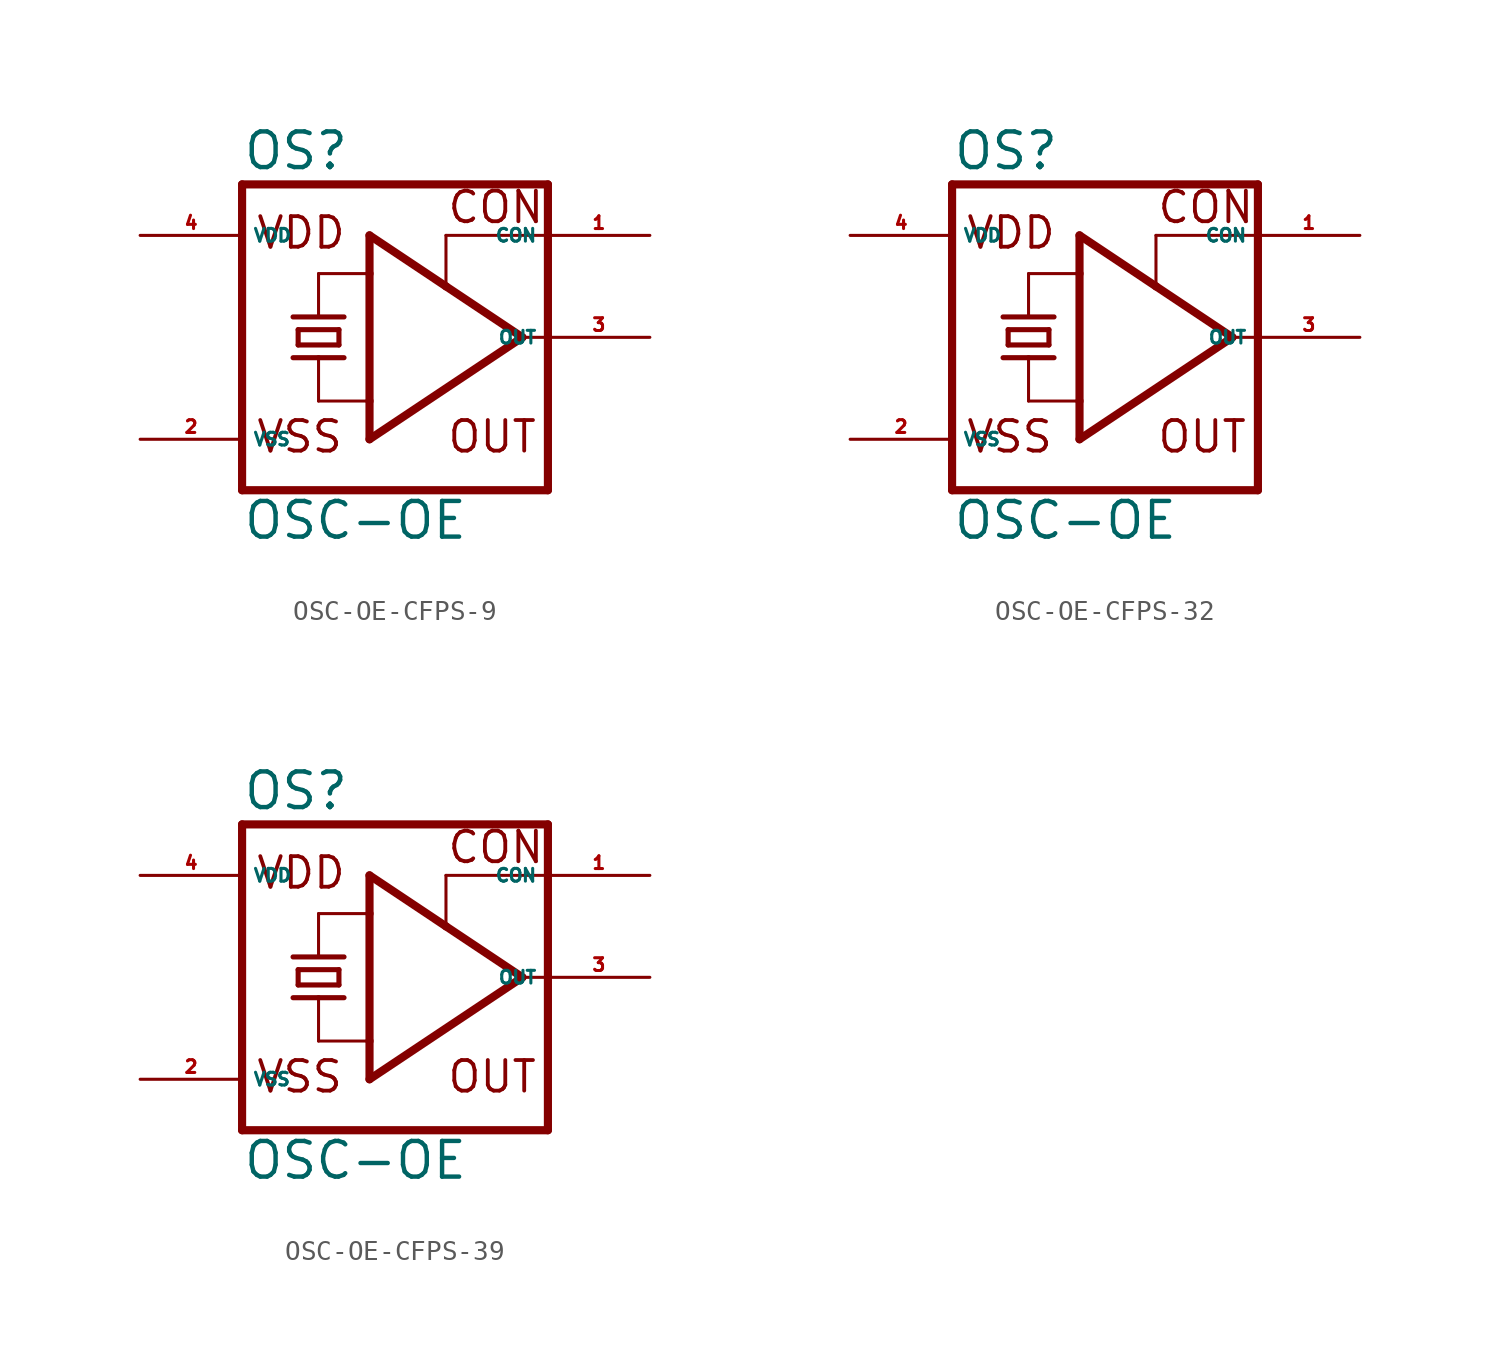
<source format=kicad_sym>
(kicad_symbol_lib
  (version 20220914)
  (generator Eagle2Kicad)
  (symbol "OSC-OE-CFPS-9"
    (property "Reference" "OS"
      (at -7.62 8.255 0)
      (effects (font (size 1.778 1.778) (thickness 0.22)) (justify left bottom)))
    (property "Value" "OSC-OE"
      (at -7.62 -10.16 0)
      (effects (font (size 1.778 1.778) (thickness 0.22)) (justify left bottom)))
    (polyline
      (pts (xy -7.62 7.62) (xy -7.62 -7.62))
      (stroke (width 0.406) (type default))
      (fill (type none)))
    (polyline
      (pts (xy 7.62 -7.62) (xy -7.62 -7.62))
      (stroke (width 0.406) (type default))
      (fill (type none)))
    (polyline
      (pts (xy 7.62 -7.62) (xy 7.62 0))
      (stroke (width 0.406) (type default))
      (fill (type none)))
    (polyline
      (pts (xy 7.62 0) (xy 7.62 5.08))
      (stroke (width 0.406) (type default))
      (fill (type none)))
    (polyline
      (pts (xy 7.62 5.08) (xy 7.62 7.62))
      (stroke (width 0.406) (type default))
      (fill (type none)))
    (polyline
      (pts (xy -7.62 7.62) (xy 7.62 7.62))
      (stroke (width 0.406) (type default))
      (fill (type none)))
    (polyline
      (pts (xy -1.27 5.08) (xy 2.54 2.54))
      (stroke (width 0.406) (type default))
      (fill (type none)))
    (polyline
      (pts (xy 2.54 2.54) (xy 6.35 0))
      (stroke (width 0.406) (type default))
      (fill (type none)))
    (polyline
      (pts (xy 6.35 0) (xy -1.27 -5.08))
      (stroke (width 0.406) (type default))
      (fill (type none)))
    (polyline
      (pts (xy -1.27 -5.08) (xy -1.27 -3.175))
      (stroke (width 0.406) (type default))
      (fill (type none)))
    (polyline
      (pts (xy -1.27 -3.175) (xy -1.27 3.175))
      (stroke (width 0.406) (type default))
      (fill (type none)))
    (polyline
      (pts (xy -1.27 3.175) (xy -1.27 5.08))
      (stroke (width 0.406) (type default))
      (fill (type none)))
    (polyline
      (pts (xy -3.81 3.175) (xy -1.27 3.175))
      (stroke (width 0.152) (type default))
      (fill (type none)))
    (polyline
      (pts (xy -3.81 -3.175) (xy -1.27 -3.175))
      (stroke (width 0.152) (type default))
      (fill (type none)))
    (polyline
      (pts (xy 6.35 0) (xy 7.62 0))
      (stroke (width 0.152) (type default))
      (fill (type none)))
    (polyline
      (pts (xy 7.62 5.08) (xy 2.54 5.08))
      (stroke (width 0.152) (type default))
      (fill (type none)))
    (polyline
      (pts (xy 2.54 5.08) (xy 2.54 2.54))
      (stroke (width 0.152) (type default))
      (fill (type none)))
    (polyline
      (pts (xy -4.826 -0.381) (xy -4.826 0.381))
      (stroke (width 0.254) (type default))
      (fill (type none)))
    (polyline
      (pts (xy -4.826 0.381) (xy -2.794 0.381))
      (stroke (width 0.254) (type default))
      (fill (type none)))
    (polyline
      (pts (xy -2.794 0.381) (xy -2.794 -0.381))
      (stroke (width 0.254) (type default))
      (fill (type none)))
    (polyline
      (pts (xy -4.826 -0.381) (xy -2.794 -0.381))
      (stroke (width 0.254) (type default))
      (fill (type none)))
    (polyline
      (pts (xy -5.08 -1.016) (xy -3.81 -1.016))
      (stroke (width 0.254) (type default))
      (fill (type none)))
    (polyline
      (pts (xy -3.81 -1.016) (xy -2.54 -1.016))
      (stroke (width 0.254) (type default))
      (fill (type none)))
    (polyline
      (pts (xy -3.81 1.016) (xy -3.81 3.175))
      (stroke (width 0.152) (type default))
      (fill (type none)))
    (polyline
      (pts (xy -3.81 -3.175) (xy -3.81 -1.016))
      (stroke (width 0.152) (type default))
      (fill (type none)))
    (polyline
      (pts (xy -5.08 1.016) (xy -2.54 1.016))
      (stroke (width 0.254) (type default))
      (fill (type none)))
    (text "VDD"
      (at -6.985 4.318 0)
      (effects (font (size 1.524 1.524) (thickness 0.19)) (justify left bottom)))
    (text "VSS"
      (at -6.985 -5.842 0)
      (effects (font (size 1.524 1.524) (thickness 0.19)) (justify left bottom)))
    (text "OUT"
      (at 2.54 -5.842 0)
      (effects (font (size 1.524 1.524) (thickness 0.19)) (justify left bottom)))
    (text "CON"
      (at 2.54 5.588 0)
      (effects (font (size 1.524 1.524) (thickness 0.19)) (justify left bottom)))
    (pin unspecified line
      (at -12.7 -5.08 0)
      (length 5.08)
      (name "VSS" (effects (font (size 0.635 0.635) (thickness 0.08)) (justify left bottom)))
      (number "2" (effects (font (size 0.635 0.635) (thickness 0.08)) (justify left bottom))))
    (pin unspecified line
      (at -12.7 5.08 0)
      (length 5.08)
      (name "VDD" (effects (font (size 0.635 0.635) (thickness 0.08)) (justify left bottom)))
      (number "4" (effects (font (size 0.635 0.635) (thickness 0.08)) (justify left bottom))))
    (pin output line
      (at 12.7 0 180)
      (length 5.08)
      (name "OUT" (effects (font (size 0.635 0.635) (thickness 0.08)) (justify left bottom)))
      (number "3" (effects (font (size 0.635 0.635) (thickness 0.08)) (justify left bottom))))
    (pin input line
      (at 12.7 5.08 180)
      (length 5.08)
      (name "CON" (effects (font (size 0.635 0.635) (thickness 0.08)) (justify left bottom)))
      (number "1" (effects (font (size 0.635 0.635) (thickness 0.08)) (justify left bottom)))))
  (symbol "OSC-OE-CFPS-32"
    (property "Reference" "OS"
      (at -7.62 8.255 0)
      (effects (font (size 1.778 1.778) (thickness 0.22)) (justify left bottom)))
    (property "Value" "OSC-OE"
      (at -7.62 -10.16 0)
      (effects (font (size 1.778 1.778) (thickness 0.22)) (justify left bottom)))
    (polyline
      (pts (xy -7.62 7.62) (xy -7.62 -7.62))
      (stroke (width 0.406) (type default))
      (fill (type none)))
    (polyline
      (pts (xy 7.62 -7.62) (xy -7.62 -7.62))
      (stroke (width 0.406) (type default))
      (fill (type none)))
    (polyline
      (pts (xy 7.62 -7.62) (xy 7.62 0))
      (stroke (width 0.406) (type default))
      (fill (type none)))
    (polyline
      (pts (xy 7.62 0) (xy 7.62 5.08))
      (stroke (width 0.406) (type default))
      (fill (type none)))
    (polyline
      (pts (xy 7.62 5.08) (xy 7.62 7.62))
      (stroke (width 0.406) (type default))
      (fill (type none)))
    (polyline
      (pts (xy -7.62 7.62) (xy 7.62 7.62))
      (stroke (width 0.406) (type default))
      (fill (type none)))
    (polyline
      (pts (xy -1.27 5.08) (xy 2.54 2.54))
      (stroke (width 0.406) (type default))
      (fill (type none)))
    (polyline
      (pts (xy 2.54 2.54) (xy 6.35 0))
      (stroke (width 0.406) (type default))
      (fill (type none)))
    (polyline
      (pts (xy 6.35 0) (xy -1.27 -5.08))
      (stroke (width 0.406) (type default))
      (fill (type none)))
    (polyline
      (pts (xy -1.27 -5.08) (xy -1.27 -3.175))
      (stroke (width 0.406) (type default))
      (fill (type none)))
    (polyline
      (pts (xy -1.27 -3.175) (xy -1.27 3.175))
      (stroke (width 0.406) (type default))
      (fill (type none)))
    (polyline
      (pts (xy -1.27 3.175) (xy -1.27 5.08))
      (stroke (width 0.406) (type default))
      (fill (type none)))
    (polyline
      (pts (xy -3.81 3.175) (xy -1.27 3.175))
      (stroke (width 0.152) (type default))
      (fill (type none)))
    (polyline
      (pts (xy -3.81 -3.175) (xy -1.27 -3.175))
      (stroke (width 0.152) (type default))
      (fill (type none)))
    (polyline
      (pts (xy 6.35 0) (xy 7.62 0))
      (stroke (width 0.152) (type default))
      (fill (type none)))
    (polyline
      (pts (xy 7.62 5.08) (xy 2.54 5.08))
      (stroke (width 0.152) (type default))
      (fill (type none)))
    (polyline
      (pts (xy 2.54 5.08) (xy 2.54 2.54))
      (stroke (width 0.152) (type default))
      (fill (type none)))
    (polyline
      (pts (xy -4.826 -0.381) (xy -4.826 0.381))
      (stroke (width 0.254) (type default))
      (fill (type none)))
    (polyline
      (pts (xy -4.826 0.381) (xy -2.794 0.381))
      (stroke (width 0.254) (type default))
      (fill (type none)))
    (polyline
      (pts (xy -2.794 0.381) (xy -2.794 -0.381))
      (stroke (width 0.254) (type default))
      (fill (type none)))
    (polyline
      (pts (xy -4.826 -0.381) (xy -2.794 -0.381))
      (stroke (width 0.254) (type default))
      (fill (type none)))
    (polyline
      (pts (xy -5.08 -1.016) (xy -3.81 -1.016))
      (stroke (width 0.254) (type default))
      (fill (type none)))
    (polyline
      (pts (xy -3.81 -1.016) (xy -2.54 -1.016))
      (stroke (width 0.254) (type default))
      (fill (type none)))
    (polyline
      (pts (xy -3.81 1.016) (xy -3.81 3.175))
      (stroke (width 0.152) (type default))
      (fill (type none)))
    (polyline
      (pts (xy -3.81 -3.175) (xy -3.81 -1.016))
      (stroke (width 0.152) (type default))
      (fill (type none)))
    (polyline
      (pts (xy -5.08 1.016) (xy -2.54 1.016))
      (stroke (width 0.254) (type default))
      (fill (type none)))
    (text "VDD"
      (at -6.985 4.318 0)
      (effects (font (size 1.524 1.524) (thickness 0.19)) (justify left bottom)))
    (text "VSS"
      (at -6.985 -5.842 0)
      (effects (font (size 1.524 1.524) (thickness 0.19)) (justify left bottom)))
    (text "OUT"
      (at 2.54 -5.842 0)
      (effects (font (size 1.524 1.524) (thickness 0.19)) (justify left bottom)))
    (text "CON"
      (at 2.54 5.588 0)
      (effects (font (size 1.524 1.524) (thickness 0.19)) (justify left bottom)))
    (pin unspecified line
      (at -12.7 -5.08 0)
      (length 5.08)
      (name "VSS" (effects (font (size 0.635 0.635) (thickness 0.08)) (justify left bottom)))
      (number "2" (effects (font (size 0.635 0.635) (thickness 0.08)) (justify left bottom))))
    (pin unspecified line
      (at -12.7 5.08 0)
      (length 5.08)
      (name "VDD" (effects (font (size 0.635 0.635) (thickness 0.08)) (justify left bottom)))
      (number "4" (effects (font (size 0.635 0.635) (thickness 0.08)) (justify left bottom))))
    (pin output line
      (at 12.7 0 180)
      (length 5.08)
      (name "OUT" (effects (font (size 0.635 0.635) (thickness 0.08)) (justify left bottom)))
      (number "3" (effects (font (size 0.635 0.635) (thickness 0.08)) (justify left bottom))))
    (pin input line
      (at 12.7 5.08 180)
      (length 5.08)
      (name "CON" (effects (font (size 0.635 0.635) (thickness 0.08)) (justify left bottom)))
      (number "1" (effects (font (size 0.635 0.635) (thickness 0.08)) (justify left bottom)))))
  (symbol "OSC-OE-CFPS-39"
    (property "Reference" "OS"
      (at -7.62 8.255 0)
      (effects (font (size 1.778 1.778) (thickness 0.22)) (justify left bottom)))
    (property "Value" "OSC-OE"
      (at -7.62 -10.16 0)
      (effects (font (size 1.778 1.778) (thickness 0.22)) (justify left bottom)))
    (polyline
      (pts (xy -7.62 7.62) (xy -7.62 -7.62))
      (stroke (width 0.406) (type default))
      (fill (type none)))
    (polyline
      (pts (xy 7.62 -7.62) (xy -7.62 -7.62))
      (stroke (width 0.406) (type default))
      (fill (type none)))
    (polyline
      (pts (xy 7.62 -7.62) (xy 7.62 0))
      (stroke (width 0.406) (type default))
      (fill (type none)))
    (polyline
      (pts (xy 7.62 0) (xy 7.62 5.08))
      (stroke (width 0.406) (type default))
      (fill (type none)))
    (polyline
      (pts (xy 7.62 5.08) (xy 7.62 7.62))
      (stroke (width 0.406) (type default))
      (fill (type none)))
    (polyline
      (pts (xy -7.62 7.62) (xy 7.62 7.62))
      (stroke (width 0.406) (type default))
      (fill (type none)))
    (polyline
      (pts (xy -1.27 5.08) (xy 2.54 2.54))
      (stroke (width 0.406) (type default))
      (fill (type none)))
    (polyline
      (pts (xy 2.54 2.54) (xy 6.35 0))
      (stroke (width 0.406) (type default))
      (fill (type none)))
    (polyline
      (pts (xy 6.35 0) (xy -1.27 -5.08))
      (stroke (width 0.406) (type default))
      (fill (type none)))
    (polyline
      (pts (xy -1.27 -5.08) (xy -1.27 -3.175))
      (stroke (width 0.406) (type default))
      (fill (type none)))
    (polyline
      (pts (xy -1.27 -3.175) (xy -1.27 3.175))
      (stroke (width 0.406) (type default))
      (fill (type none)))
    (polyline
      (pts (xy -1.27 3.175) (xy -1.27 5.08))
      (stroke (width 0.406) (type default))
      (fill (type none)))
    (polyline
      (pts (xy -3.81 3.175) (xy -1.27 3.175))
      (stroke (width 0.152) (type default))
      (fill (type none)))
    (polyline
      (pts (xy -3.81 -3.175) (xy -1.27 -3.175))
      (stroke (width 0.152) (type default))
      (fill (type none)))
    (polyline
      (pts (xy 6.35 0) (xy 7.62 0))
      (stroke (width 0.152) (type default))
      (fill (type none)))
    (polyline
      (pts (xy 7.62 5.08) (xy 2.54 5.08))
      (stroke (width 0.152) (type default))
      (fill (type none)))
    (polyline
      (pts (xy 2.54 5.08) (xy 2.54 2.54))
      (stroke (width 0.152) (type default))
      (fill (type none)))
    (polyline
      (pts (xy -4.826 -0.381) (xy -4.826 0.381))
      (stroke (width 0.254) (type default))
      (fill (type none)))
    (polyline
      (pts (xy -4.826 0.381) (xy -2.794 0.381))
      (stroke (width 0.254) (type default))
      (fill (type none)))
    (polyline
      (pts (xy -2.794 0.381) (xy -2.794 -0.381))
      (stroke (width 0.254) (type default))
      (fill (type none)))
    (polyline
      (pts (xy -4.826 -0.381) (xy -2.794 -0.381))
      (stroke (width 0.254) (type default))
      (fill (type none)))
    (polyline
      (pts (xy -5.08 -1.016) (xy -3.81 -1.016))
      (stroke (width 0.254) (type default))
      (fill (type none)))
    (polyline
      (pts (xy -3.81 -1.016) (xy -2.54 -1.016))
      (stroke (width 0.254) (type default))
      (fill (type none)))
    (polyline
      (pts (xy -3.81 1.016) (xy -3.81 3.175))
      (stroke (width 0.152) (type default))
      (fill (type none)))
    (polyline
      (pts (xy -3.81 -3.175) (xy -3.81 -1.016))
      (stroke (width 0.152) (type default))
      (fill (type none)))
    (polyline
      (pts (xy -5.08 1.016) (xy -2.54 1.016))
      (stroke (width 0.254) (type default))
      (fill (type none)))
    (text "VDD"
      (at -6.985 4.318 0)
      (effects (font (size 1.524 1.524) (thickness 0.19)) (justify left bottom)))
    (text "VSS"
      (at -6.985 -5.842 0)
      (effects (font (size 1.524 1.524) (thickness 0.19)) (justify left bottom)))
    (text "OUT"
      (at 2.54 -5.842 0)
      (effects (font (size 1.524 1.524) (thickness 0.19)) (justify left bottom)))
    (text "CON"
      (at 2.54 5.588 0)
      (effects (font (size 1.524 1.524) (thickness 0.19)) (justify left bottom)))
    (pin unspecified line
      (at -12.7 -5.08 0)
      (length 5.08)
      (name "VSS" (effects (font (size 0.635 0.635) (thickness 0.08)) (justify left bottom)))
      (number "2" (effects (font (size 0.635 0.635) (thickness 0.08)) (justify left bottom))))
    (pin unspecified line
      (at -12.7 5.08 0)
      (length 5.08)
      (name "VDD" (effects (font (size 0.635 0.635) (thickness 0.08)) (justify left bottom)))
      (number "4" (effects (font (size 0.635 0.635) (thickness 0.08)) (justify left bottom))))
    (pin output line
      (at 12.7 0 180)
      (length 5.08)
      (name "OUT" (effects (font (size 0.635 0.635) (thickness 0.08)) (justify left bottom)))
      (number "3" (effects (font (size 0.635 0.635) (thickness 0.08)) (justify left bottom))))
    (pin input line
      (at 12.7 5.08 180)
      (length 5.08)
      (name "CON" (effects (font (size 0.635 0.635) (thickness 0.08)) (justify left bottom)))
      (number "1" (effects (font (size 0.635 0.635) (thickness 0.08)) (justify left bottom))))))
</source>
